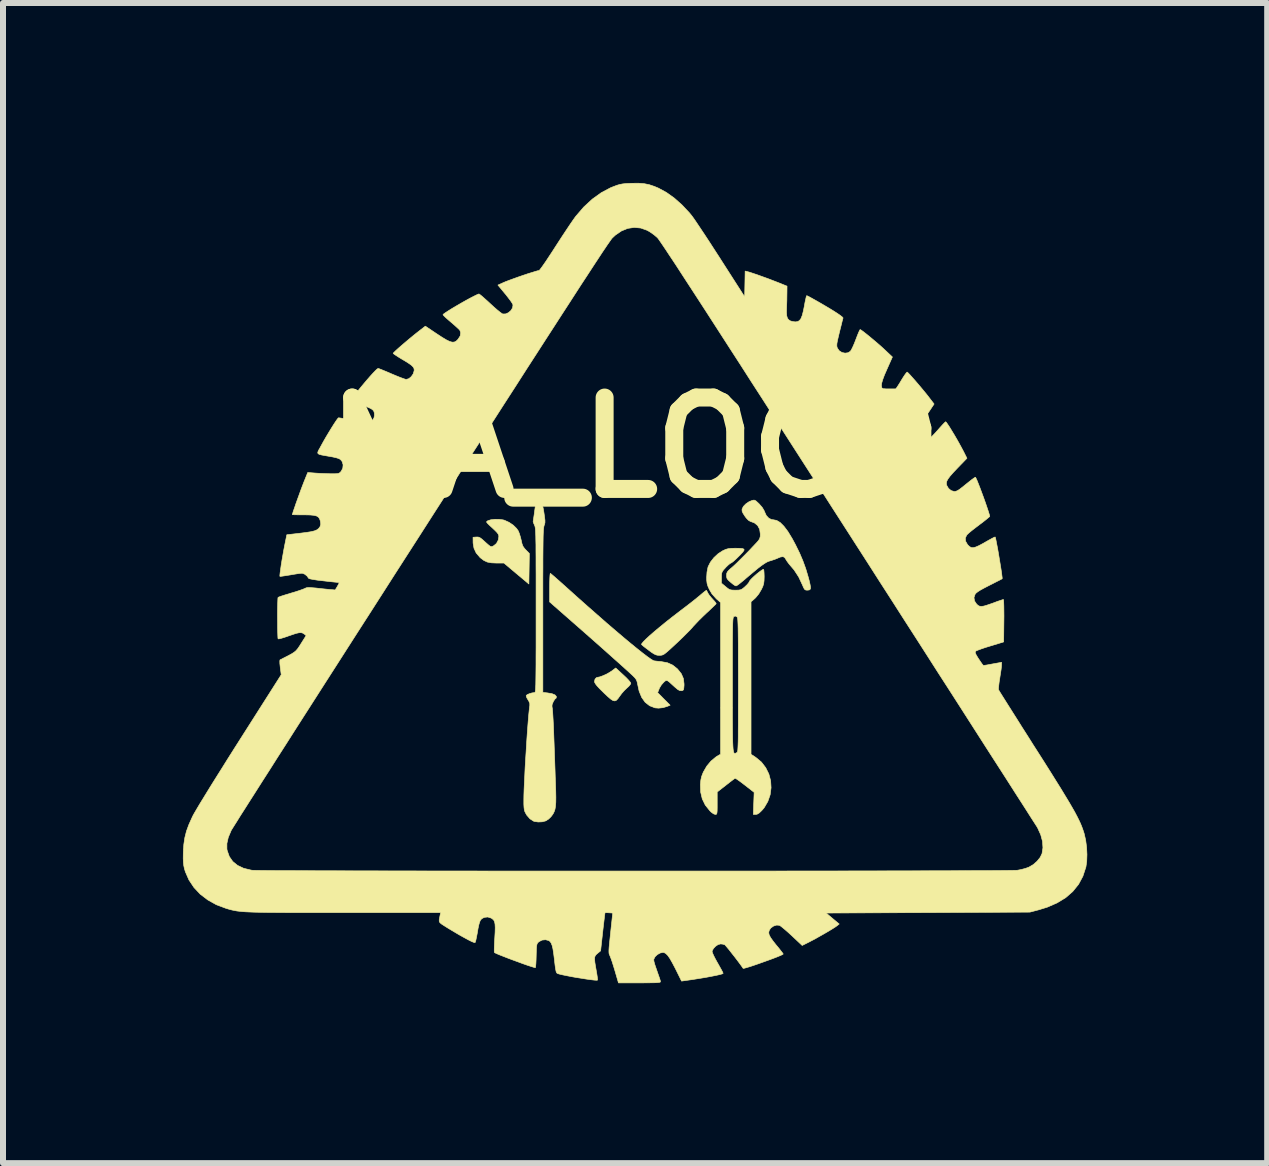
<source format=kicad_pcb>
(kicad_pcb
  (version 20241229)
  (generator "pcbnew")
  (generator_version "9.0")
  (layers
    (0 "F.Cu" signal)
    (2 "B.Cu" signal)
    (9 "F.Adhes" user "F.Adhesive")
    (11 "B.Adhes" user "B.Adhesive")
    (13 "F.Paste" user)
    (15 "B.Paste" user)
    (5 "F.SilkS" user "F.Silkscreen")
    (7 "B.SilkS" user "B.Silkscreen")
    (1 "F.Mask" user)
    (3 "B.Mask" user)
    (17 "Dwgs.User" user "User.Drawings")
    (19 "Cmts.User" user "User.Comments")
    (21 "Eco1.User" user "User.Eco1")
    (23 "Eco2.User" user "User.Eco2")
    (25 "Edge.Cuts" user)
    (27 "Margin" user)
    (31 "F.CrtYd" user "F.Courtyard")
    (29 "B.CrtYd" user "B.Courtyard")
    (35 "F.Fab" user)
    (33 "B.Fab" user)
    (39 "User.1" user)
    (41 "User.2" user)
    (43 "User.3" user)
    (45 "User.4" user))
  (footprint "MA_LOGO"
    (layer "F.Cu")
    (at 7.539 6.663)
    (property "Reference" "MA_LOGO" (at 0 -2.25 0) (layer "F.SilkS") (effects (font (size 1.524 1.524) (thickness 0.3))))
    (attr through_hole)
    (fp_poly (pts (xy -0.197 1.54) (xy -0.148 1.586) (xy -0.108 1.628) (xy -0.081 1.661) (xy -0.071 1.679) (xy -0.071 1.679) (xy -0.081 1.701) (xy -0.107 1.732) (xy -0.134 1.756) (xy -0.177 1.797) (xy -0.223 1.849) (xy -0.255 1.892) (xy -0.285 1.934) (xy -0.311 1.962) (xy -0.337 1.973) (xy -0.367 1.968) (xy -0.404 1.945) (xy -0.452 1.904) (xy -0.516 1.844) (xy -0.529 1.831) (xy -0.592 1.769) (xy -0.635 1.722) (xy -0.662 1.687) (xy -0.675 1.662) (xy -0.677 1.65) (xy -0.668 1.61) (xy -0.644 1.585) (xy -0.626 1.58) (xy -0.59 1.573) (xy -0.54 1.555) (xy -0.483 1.53) (xy -0.429 1.5) (xy -0.387 1.473) (xy -0.323 1.424) (xy -0.197 1.54)) (stroke (width 0.01) (type solid)) (fill yes) (layer "F.SilkS"))
    (fp_poly (pts (xy -2.266 -1.054) (xy -2.2 -1.045) (xy -2.179 -1.039) (xy -2.102 -1.004) (xy -2.032 -0.957) (xy -1.976 -0.902) (xy -1.947 -0.86) (xy -1.929 -0.815) (xy -1.911 -0.756) (xy -1.898 -0.703) (xy -1.885 -0.645) (xy -1.869 -0.604) (xy -1.844 -0.569) (xy -1.821 -0.544) (xy -1.763 -0.485) (xy -1.767 -0.23) (xy -1.771 0.024) (xy -1.979 -0.15) (xy -2.187 -0.325) (xy -2.308 -0.325) (xy -2.396 -0.329) (xy -2.465 -0.342) (xy -2.522 -0.369) (xy -2.576 -0.41) (xy -2.587 -0.42) (xy -2.65 -0.494) (xy -2.686 -0.572) (xy -2.701 -0.659) (xy -2.701 -0.67) (xy -2.702 -0.755) (xy -2.65 -0.759) (xy -2.617 -0.759) (xy -2.588 -0.749) (xy -2.555 -0.725) (xy -2.53 -0.703) (xy -2.477 -0.655) (xy -2.44 -0.623) (xy -2.416 -0.605) (xy -2.398 -0.599) (xy -2.383 -0.601) (xy -2.366 -0.609) (xy -2.358 -0.613) (xy -2.311 -0.652) (xy -2.281 -0.709) (xy -2.272 -0.765) (xy -2.274 -0.789) (xy -2.285 -0.812) (xy -2.307 -0.84) (xy -2.345 -0.878) (xy -2.381 -0.912) (xy -2.429 -0.956) (xy -2.459 -0.986) (xy -2.474 -1.004) (xy -2.475 -1.016) (xy -2.465 -1.025) (xy -2.456 -1.03) (xy -2.405 -1.047) (xy -2.338 -1.055) (xy -2.266 -1.054)) (stroke (width 0.01) (type solid)) (fill yes) (layer "F.SilkS"))
    (fp_poly (pts (xy 1.198 0.144) (xy 1.213 0.173) (xy 1.214 0.176) (xy 1.236 0.21) (xy 1.269 0.251) (xy 1.295 0.28) (xy 1.327 0.314) (xy 1.347 0.34) (xy 1.352 0.352) (xy 1.341 0.365) (xy 1.312 0.393) (xy 1.27 0.433) (xy 1.219 0.482) (xy 1.192 0.506) (xy 1.129 0.566) (xy 1.066 0.628) (xy 1.01 0.687) (xy 0.966 0.734) (xy 0.96 0.742) (xy 0.924 0.782) (xy 0.872 0.835) (xy 0.809 0.898) (xy 0.741 0.964) (xy 0.677 1.024) (xy 0.607 1.089) (xy 0.554 1.137) (xy 0.515 1.17) (xy 0.485 1.193) (xy 0.462 1.205) (xy 0.442 1.211) (xy 0.421 1.213) (xy 0.407 1.213) (xy 0.373 1.212) (xy 0.344 1.204) (xy 0.31 1.187) (xy 0.266 1.158) (xy 0.229 1.13) (xy 0.18 1.093) (xy 0.14 1.062) (xy 0.114 1.039) (xy 0.107 1.033) (xy 0.113 1.016) (xy 0.14 0.984) (xy 0.185 0.939) (xy 0.247 0.882) (xy 0.323 0.816) (xy 0.413 0.741) (xy 0.513 0.659) (xy 0.622 0.573) (xy 0.738 0.484) (xy 0.761 0.466) (xy 0.839 0.407) (xy 0.917 0.347) (xy 0.988 0.291) (xy 1.047 0.243) (xy 1.09 0.208) (xy 1.09 0.207) (xy 1.133 0.171) (xy 1.167 0.144) (xy 1.187 0.13) (xy 1.19 0.129) (xy 1.198 0.144)) (stroke (width 0.01) (type solid)) (fill yes) (layer "F.SilkS"))
    (fp_poly (pts (xy -1.398 -0.142) (xy -1.367 -0.116) (xy -1.32 -0.075) (xy -1.262 -0.024) (xy -1.195 0.036) (xy -1.147 0.079) (xy -0.97 0.238) (xy -0.798 0.391) (xy -0.634 0.535) (xy -0.479 0.671) (xy -0.333 0.796) (xy -0.199 0.91) (xy -0.078 1.011) (xy 0.03 1.099) (xy 0.123 1.173) (xy 0.2 1.232) (xy 0.26 1.274) (xy 0.3 1.299) (xy 0.316 1.305) (xy 0.346 1.309) (xy 0.392 1.314) (xy 0.435 1.318) (xy 0.539 1.337) (xy 0.626 1.376) (xy 0.704 1.438) (xy 0.711 1.446) (xy 0.771 1.521) (xy 0.805 1.6) (xy 0.816 1.689) (xy 0.816 1.715) (xy 0.812 1.762) (xy 0.806 1.788) (xy 0.794 1.799) (xy 0.773 1.804) (xy 0.773 1.804) (xy 0.745 1.801) (xy 0.714 1.785) (xy 0.673 1.751) (xy 0.66 1.74) (xy 0.605 1.69) (xy 0.568 1.656) (xy 0.542 1.638) (xy 0.524 1.632) (xy 0.508 1.637) (xy 0.49 1.651) (xy 0.475 1.665) (xy 0.438 1.707) (xy 0.407 1.758) (xy 0.401 1.773) (xy 0.376 1.836) (xy 0.48 1.941) (xy 0.584 2.045) (xy 0.535 2.065) (xy 0.465 2.086) (xy 0.392 2.094) (xy 0.332 2.089) (xy 0.242 2.054) (xy 0.168 1.996) (xy 0.11 1.915) (xy 0.067 1.81) (xy 0.043 1.699) (xy 0.033 1.653) (xy 0.02 1.619) (xy -0.004 1.587) (xy -0.043 1.548) (xy -0.046 1.545) (xy -0.094 1.501) (xy -0.161 1.44) (xy -0.245 1.364) (xy -0.344 1.276) (xy -0.455 1.177) (xy -0.576 1.069) (xy -0.705 0.955) (xy -0.84 0.836) (xy -0.979 0.714) (xy -1.027 0.672) (xy -1.425 0.323) (xy -1.425 0.083) (xy -1.424 -0.004) (xy -1.422 -0.074) (xy -1.419 -0.124) (xy -1.415 -0.15) (xy -1.412 -0.153) (xy -1.398 -0.142)) (stroke (width 0.01) (type solid)) (fill yes) (layer "F.SilkS"))
    (fp_poly (pts (xy 1.993 -1.373) (xy 2.015 -1.361) (xy 2.045 -1.334) (xy 2.069 -1.311) (xy 2.121 -1.251) (xy 2.153 -1.196) (xy 2.158 -1.182) (xy 2.187 -1.118) (xy 2.229 -1.073) (xy 2.278 -1.049) (xy 2.304 -1.047) (xy 2.36 -1.036) (xy 2.419 -1.001) (xy 2.481 -0.939) (xy 2.547 -0.852) (xy 2.617 -0.737) (xy 2.671 -0.637) (xy 2.742 -0.493) (xy 2.798 -0.361) (xy 2.845 -0.232) (xy 2.886 -0.094) (xy 2.901 -0.039) (xy 2.917 0.031) (xy 2.925 0.077) (xy 2.923 0.106) (xy 2.91 0.121) (xy 2.885 0.126) (xy 2.863 0.127) (xy 2.84 0.123) (xy 2.823 0.109) (xy 2.806 0.077) (xy 2.793 0.046) (xy 2.728 -0.093) (xy 2.651 -0.211) (xy 2.604 -0.266) (xy 2.566 -0.311) (xy 2.535 -0.353) (xy 2.516 -0.383) (xy 2.515 -0.385) (xy 2.493 -0.419) (xy 2.465 -0.432) (xy 2.424 -0.426) (xy 2.387 -0.411) (xy 2.332 -0.388) (xy 2.269 -0.367) (xy 2.248 -0.361) (xy 2.22 -0.352) (xy 2.189 -0.337) (xy 2.152 -0.314) (xy 2.107 -0.283) (xy 2.051 -0.24) (xy 1.982 -0.183) (xy 1.897 -0.112) (xy 1.794 -0.024) (xy 1.792 -0.023) (xy 1.748 0.013) (xy 1.711 0.041) (xy 1.686 0.055) (xy 1.682 0.056) (xy 1.662 0.048) (xy 1.629 0.025) (xy 1.594 -0.004) (xy 1.555 -0.039) (xy 1.534 -0.065) (xy 1.526 -0.092) (xy 1.525 -0.12) (xy 1.527 -0.15) (xy 1.537 -0.175) (xy 1.558 -0.201) (xy 1.595 -0.235) (xy 1.61 -0.247) (xy 1.647 -0.28) (xy 1.699 -0.329) (xy 1.76 -0.39) (xy 1.828 -0.458) (xy 1.896 -0.527) (xy 1.96 -0.595) (xy 2.017 -0.655) (xy 2.054 -0.696) (xy 2.076 -0.729) (xy 2.087 -0.769) (xy 2.088 -0.809) (xy 2.077 -0.888) (xy 2.044 -0.95) (xy 1.989 -0.995) (xy 1.919 -1.021) (xy 1.889 -1.039) (xy 1.853 -1.077) (xy 1.83 -1.108) (xy 1.8 -1.155) (xy 1.785 -1.188) (xy 1.783 -1.216) (xy 1.785 -1.228) (xy 1.806 -1.27) (xy 1.847 -1.312) (xy 1.9 -1.348) (xy 1.944 -1.366) (xy 1.972 -1.374) (xy 1.993 -1.373)) (stroke (width 0.01) (type solid)) (fill yes) (layer "F.SilkS"))
    (fp_poly (pts (xy -1.558 -1.283) (xy -1.545 -1.274) (xy -1.536 -1.255) (xy -1.529 -1.221) (xy -1.52 -1.167) (xy -1.51 -1.097) (xy -1.503 -1.039) (xy -1.503 -0.998) (xy -1.512 -0.962) (xy -1.517 -0.951) (xy -1.52 -0.94) (xy -1.523 -0.923) (xy -1.526 -0.898) (xy -1.529 -0.865) (xy -1.531 -0.822) (xy -1.533 -0.766) (xy -1.534 -0.696) (xy -1.535 -0.611) (xy -1.536 -0.509) (xy -1.537 -0.387) (xy -1.537 -0.246) (xy -1.538 -0.082) (xy -1.538 0.106) (xy -1.538 0.32) (xy -1.538 0.465) (xy -1.538 1.831) (xy -1.461 1.84) (xy -1.385 1.853) (xy -1.336 1.873) (xy -1.314 1.898) (xy -1.312 1.907) (xy -1.318 1.929) (xy -1.325 1.933) (xy -1.338 1.945) (xy -1.357 1.974) (xy -1.366 1.991) (xy -1.385 2.039) (xy -1.385 2.074) (xy -1.383 2.082) (xy -1.379 2.104) (xy -1.375 2.15) (xy -1.371 2.217) (xy -1.366 2.301) (xy -1.361 2.399) (xy -1.357 2.507) (xy -1.355 2.564) (xy -1.35 2.695) (xy -1.345 2.837) (xy -1.34 2.982) (xy -1.335 3.121) (xy -1.331 3.248) (xy -1.327 3.352) (xy -1.323 3.479) (xy -1.321 3.581) (xy -1.322 3.662) (xy -1.327 3.727) (xy -1.335 3.778) (xy -1.349 3.82) (xy -1.367 3.856) (xy -1.391 3.89) (xy -1.406 3.908) (xy -1.442 3.943) (xy -1.483 3.97) (xy -1.491 3.974) (xy -1.549 3.989) (xy -1.616 3.992) (xy -1.678 3.983) (xy -1.693 3.978) (xy -1.753 3.939) (xy -1.807 3.877) (xy -1.825 3.845) (xy -1.839 3.817) (xy -1.847 3.787) (xy -1.852 3.749) (xy -1.855 3.695) (xy -1.855 3.62) (xy -1.855 3.619) (xy -1.854 3.547) (xy -1.851 3.455) (xy -1.846 3.346) (xy -1.84 3.224) (xy -1.834 3.093) (xy -1.826 2.956) (xy -1.817 2.817) (xy -1.809 2.679) (xy -1.8 2.546) (xy -1.791 2.421) (xy -1.782 2.308) (xy -1.774 2.211) (xy -1.766 2.132) (xy -1.76 2.076) (xy -1.756 2.053) (xy -1.756 2.015) (xy -1.773 1.975) (xy -1.785 1.956) (xy -1.806 1.92) (xy -1.815 1.891) (xy -1.815 1.883) (xy -1.797 1.868) (xy -1.762 1.853) (xy -1.719 1.84) (xy -1.679 1.835) (xy -1.676 1.835) (xy -1.672 1.833) (xy -1.668 1.829) (xy -1.665 1.819) (xy -1.662 1.803) (xy -1.66 1.779) (xy -1.658 1.744) (xy -1.656 1.698) (xy -1.655 1.639) (xy -1.654 1.565) (xy -1.653 1.474) (xy -1.652 1.365) (xy -1.652 1.236) (xy -1.651 1.086) (xy -1.651 0.913) (xy -1.651 0.715) (xy -1.651 0.49) (xy -1.651 0.465) (xy -1.651 0.238) (xy -1.651 0.037) (xy -1.651 -0.139) (xy -1.652 -0.293) (xy -1.652 -0.424) (xy -1.653 -0.536) (xy -1.653 -0.63) (xy -1.655 -0.708) (xy -1.656 -0.772) (xy -1.658 -0.822) (xy -1.66 -0.862) (xy -1.662 -0.892) (xy -1.665 -0.915) (xy -1.668 -0.932) (xy -1.672 -0.944) (xy -1.676 -0.954) (xy -1.677 -0.957) (xy -1.693 -0.993) (xy -1.7 -1.019) (xy -1.699 -1.023) (xy -1.696 -1.043) (xy -1.69 -1.083) (xy -1.682 -1.137) (xy -1.679 -1.161) (xy -1.662 -1.284) (xy -1.601 -1.284) (xy -1.575 -1.284) (xy -1.558 -1.283)) (stroke (width 0.01) (type solid)) (fill yes) (layer "F.SilkS"))
    (fp_poly (pts (xy 1.742 -0.571) (xy 1.791 -0.567) (xy 1.816 -0.556) (xy 1.816 -0.537) (xy 1.793 -0.505) (xy 1.749 -0.458) (xy 1.728 -0.437) (xy 1.682 -0.392) (xy 1.641 -0.355) (xy 1.611 -0.332) (xy 1.598 -0.325) (xy 1.579 -0.315) (xy 1.549 -0.289) (xy 1.512 -0.253) (xy 1.51 -0.25) (xy 1.474 -0.211) (xy 1.453 -0.181) (xy 1.443 -0.152) (xy 1.44 -0.113) (xy 1.44 -0.083) (xy 1.439 0.01) (xy 1.509 0.068) (xy 1.548 0.1) (xy 1.579 0.118) (xy 1.613 0.125) (xy 1.661 0.127) (xy 1.673 0.127) (xy 1.725 0.126) (xy 1.76 0.12) (xy 1.789 0.105) (xy 1.824 0.077) (xy 1.832 0.069) (xy 1.869 0.034) (xy 1.896 0.001) (xy 1.905 -0.018) (xy 1.918 -0.038) (xy 1.947 -0.069) (xy 1.985 -0.105) (xy 2.028 -0.143) (xy 2.071 -0.177) (xy 2.108 -0.204) (xy 2.133 -0.219) (xy 2.142 -0.219) (xy 2.147 -0.201) (xy 2.15 -0.163) (xy 2.152 -0.11) (xy 2.152 -0.093) (xy 2.15 -0.03) (xy 2.144 0.017) (xy 2.131 0.061) (xy 2.107 0.113) (xy 2.105 0.116) (xy 2.062 0.189) (xy 2.012 0.25) (xy 1.996 0.266) (xy 1.933 0.321) (xy 1.933 2.863) (xy 2.012 2.915) (xy 2.106 2.993) (xy 2.178 3.087) (xy 2.23 3.192) (xy 2.26 3.305) (xy 2.267 3.421) (xy 2.252 3.538) (xy 2.213 3.65) (xy 2.152 3.754) (xy 2.112 3.801) (xy 2.069 3.842) (xy 2.035 3.862) (xy 2.012 3.866) (xy 1.972 3.866) (xy 1.978 3.682) (xy 1.985 3.498) (xy 1.831 3.378) (xy 1.775 3.335) (xy 1.726 3.299) (xy 1.689 3.274) (xy 1.669 3.263) (xy 1.667 3.262) (xy 1.653 3.272) (xy 1.621 3.296) (xy 1.575 3.331) (xy 1.522 3.373) (xy 1.513 3.38) (xy 1.369 3.492) (xy 1.369 3.679) (xy 1.369 3.755) (xy 1.368 3.807) (xy 1.365 3.839) (xy 1.36 3.857) (xy 1.352 3.865) (xy 1.34 3.866) (xy 1.336 3.866) (xy 1.306 3.855) (xy 1.266 3.825) (xy 1.247 3.806) (xy 1.17 3.71) (xy 1.12 3.607) (xy 1.093 3.493) (xy 1.089 3.366) (xy 1.096 3.292) (xy 1.11 3.231) (xy 1.134 3.169) (xy 1.139 3.158) (xy 1.195 3.061) (xy 1.265 2.977) (xy 1.344 2.911) (xy 1.364 2.897) (xy 1.425 2.862) (xy 1.425 1.908) (xy 1.623 1.908) (xy 1.623 2.09) (xy 1.623 2.249) (xy 1.624 2.384) (xy 1.625 2.498) (xy 1.626 2.592) (xy 1.628 2.668) (xy 1.631 2.729) (xy 1.634 2.774) (xy 1.639 2.808) (xy 1.644 2.83) (xy 1.651 2.843) (xy 1.659 2.848) (xy 1.669 2.848) (xy 1.679 2.844) (xy 1.692 2.837) (xy 1.694 2.836) (xy 1.699 2.833) (xy 1.704 2.827) (xy 1.707 2.817) (xy 1.711 2.802) (xy 1.713 2.779) (xy 1.715 2.746) (xy 1.717 2.701) (xy 1.719 2.643) (xy 1.72 2.57) (xy 1.72 2.48) (xy 1.721 2.371) (xy 1.721 2.241) (xy 1.721 2.089) (xy 1.722 1.912) (xy 1.722 1.709) (xy 1.722 1.708) (xy 1.722 1.503) (xy 1.721 1.324) (xy 1.721 1.17) (xy 1.721 1.038) (xy 1.72 0.928) (xy 1.719 0.836) (xy 1.718 0.762) (xy 1.716 0.703) (xy 1.714 0.658) (xy 1.712 0.624) (xy 1.709 0.6) (xy 1.706 0.585) (xy 1.702 0.576) (xy 1.699 0.573) (xy 1.674 0.558) (xy 1.65 0.565) (xy 1.645 0.568) (xy 1.641 0.574) (xy 1.637 0.583) (xy 1.634 0.599) (xy 1.631 0.622) (xy 1.629 0.655) (xy 1.627 0.7) (xy 1.626 0.758) (xy 1.625 0.831) (xy 1.624 0.921) (xy 1.623 1.03) (xy 1.623 1.159) (xy 1.623 1.312) (xy 1.623 1.489) (xy 1.623 1.692) (xy 1.623 1.698) (xy 1.623 1.908) (xy 1.425 1.908) (xy 1.425 1.597) (xy 1.425 0.332) (xy 1.356 0.272) (xy 1.283 0.191) (xy 1.239 0.117) (xy 1.214 0.061) (xy 1.2 0.014) (xy 1.194 -0.037) (xy 1.193 -0.084) (xy 1.199 -0.175) (xy 1.215 -0.255) (xy 1.218 -0.265) (xy 1.256 -0.34) (xy 1.314 -0.415) (xy 1.385 -0.481) (xy 1.462 -0.531) (xy 1.465 -0.532) (xy 1.511 -0.553) (xy 1.553 -0.565) (xy 1.601 -0.57) (xy 1.665 -0.572) (xy 1.742 -0.571)) (stroke (width 0.01) (type solid)) (fill yes) (layer "F.SilkS"))
    (fp_poly (pts (xy 0.15 -6.651) (xy 0.235 -6.634) (xy 0.321 -6.605) (xy 0.39 -6.576) (xy 0.521 -6.505) (xy 0.654 -6.41) (xy 0.783 -6.295) (xy 0.906 -6.164) (xy 0.944 -6.117) (xy 0.967 -6.086) (xy 1.004 -6.033) (xy 1.051 -5.963) (xy 1.109 -5.876) (xy 1.175 -5.777) (xy 1.247 -5.667) (xy 1.323 -5.549) (xy 1.403 -5.426) (xy 1.425 -5.391) (xy 1.827 -4.764) (xy 1.835 -5.193) (xy 1.874 -5.184) (xy 1.913 -5.173) (xy 1.973 -5.153) (xy 2.047 -5.128) (xy 2.13 -5.098) (xy 2.216 -5.067) (xy 2.299 -5.035) (xy 2.374 -5.006) (xy 2.385 -5.002) (xy 2.533 -4.942) (xy 2.532 -4.838) (xy 2.531 -4.777) (xy 2.53 -4.7) (xy 2.527 -4.62) (xy 2.526 -4.586) (xy 2.524 -4.506) (xy 2.528 -4.449) (xy 2.539 -4.41) (xy 2.558 -4.383) (xy 2.587 -4.364) (xy 2.593 -4.361) (xy 2.631 -4.351) (xy 2.673 -4.346) (xy 2.711 -4.351) (xy 2.741 -4.369) (xy 2.766 -4.402) (xy 2.787 -4.455) (xy 2.806 -4.53) (xy 2.821 -4.605) (xy 2.833 -4.672) (xy 2.845 -4.727) (xy 2.854 -4.766) (xy 2.861 -4.783) (xy 2.861 -4.784) (xy 2.878 -4.777) (xy 2.915 -4.758) (xy 2.967 -4.729) (xy 3.031 -4.693) (xy 3.101 -4.653) (xy 3.174 -4.61) (xy 3.245 -4.568) (xy 3.31 -4.528) (xy 3.313 -4.526) (xy 3.372 -4.488) (xy 3.42 -4.455) (xy 3.453 -4.429) (xy 3.467 -4.413) (xy 3.467 -4.411) (xy 3.462 -4.393) (xy 3.451 -4.352) (xy 3.437 -4.294) (xy 3.419 -4.223) (xy 3.407 -4.175) (xy 3.387 -4.091) (xy 3.373 -4.03) (xy 3.365 -3.986) (xy 3.363 -3.955) (xy 3.365 -3.933) (xy 3.371 -3.913) (xy 3.372 -3.91) (xy 3.403 -3.865) (xy 3.449 -3.836) (xy 3.501 -3.825) (xy 3.552 -3.832) (xy 3.589 -3.856) (xy 3.606 -3.881) (xy 3.629 -3.927) (xy 3.655 -3.986) (xy 3.681 -4.053) (xy 3.681 -4.053) (xy 3.705 -4.116) (xy 3.726 -4.168) (xy 3.743 -4.204) (xy 3.752 -4.219) (xy 3.752 -4.219) (xy 3.768 -4.21) (xy 3.802 -4.186) (xy 3.848 -4.15) (xy 3.904 -4.105) (xy 3.965 -4.054) (xy 4.028 -4.001) (xy 4.088 -3.949) (xy 4.141 -3.901) (xy 4.173 -3.871) (xy 4.29 -3.761) (xy 4.199 -3.556) (xy 4.157 -3.46) (xy 4.129 -3.385) (xy 4.112 -3.327) (xy 4.107 -3.283) (xy 4.114 -3.249) (xy 4.13 -3.221) (xy 4.14 -3.211) (xy 4.183 -3.182) (xy 4.235 -3.166) (xy 4.284 -3.167) (xy 4.302 -3.174) (xy 4.32 -3.192) (xy 4.348 -3.229) (xy 4.383 -3.281) (xy 4.421 -3.341) (xy 4.427 -3.352) (xy 4.463 -3.411) (xy 4.495 -3.46) (xy 4.52 -3.494) (xy 4.535 -3.509) (xy 4.536 -3.509) (xy 4.551 -3.497) (xy 4.581 -3.466) (xy 4.621 -3.421) (xy 4.67 -3.366) (xy 4.723 -3.304) (xy 4.777 -3.24) (xy 4.829 -3.177) (xy 4.876 -3.119) (xy 4.902 -3.085) (xy 4.985 -2.977) (xy 4.856 -2.783) (xy 4.8 -2.696) (xy 4.759 -2.628) (xy 4.733 -2.576) (xy 4.719 -2.535) (xy 4.717 -2.502) (xy 4.726 -2.475) (xy 4.733 -2.462) (xy 4.77 -2.425) (xy 4.818 -2.398) (xy 4.867 -2.388) (xy 4.887 -2.39) (xy 4.913 -2.405) (xy 4.952 -2.44) (xy 5.002 -2.492) (xy 5.045 -2.54) (xy 5.091 -2.592) (xy 5.131 -2.636) (xy 5.161 -2.667) (xy 5.178 -2.681) (xy 5.179 -2.681) (xy 5.191 -2.669) (xy 5.213 -2.637) (xy 5.245 -2.589) (xy 5.282 -2.528) (xy 5.324 -2.459) (xy 5.366 -2.387) (xy 5.407 -2.314) (xy 5.444 -2.246) (xy 5.475 -2.188) (xy 5.533 -2.072) (xy 5.376 -1.91) (xy 5.305 -1.835) (xy 5.253 -1.776) (xy 5.218 -1.729) (xy 5.197 -1.691) (xy 5.19 -1.659) (xy 5.193 -1.63) (xy 5.195 -1.622) (xy 5.225 -1.57) (xy 5.27 -1.533) (xy 5.321 -1.518) (xy 5.325 -1.518) (xy 5.349 -1.522) (xy 5.377 -1.533) (xy 5.412 -1.556) (xy 5.46 -1.593) (xy 5.518 -1.64) (xy 5.573 -1.684) (xy 5.619 -1.72) (xy 5.654 -1.745) (xy 5.673 -1.756) (xy 5.675 -1.756) (xy 5.684 -1.74) (xy 5.702 -1.701) (xy 5.724 -1.646) (xy 5.751 -1.577) (xy 5.78 -1.499) (xy 5.81 -1.418) (xy 5.839 -1.337) (xy 5.865 -1.261) (xy 5.887 -1.195) (xy 5.903 -1.144) (xy 5.912 -1.111) (xy 5.913 -1.103) (xy 5.902 -1.092) (xy 5.872 -1.067) (xy 5.828 -1.031) (xy 5.772 -0.988) (xy 5.736 -0.961) (xy 5.673 -0.913) (xy 5.615 -0.868) (xy 5.569 -0.83) (xy 5.539 -0.802) (xy 5.531 -0.794) (xy 5.506 -0.743) (xy 5.51 -0.69) (xy 5.541 -0.636) (xy 5.547 -0.628) (xy 5.576 -0.6) (xy 5.604 -0.584) (xy 5.637 -0.581) (xy 5.679 -0.592) (xy 5.734 -0.616) (xy 5.807 -0.655) (xy 5.836 -0.672) (xy 5.896 -0.706) (xy 5.947 -0.734) (xy 5.984 -0.753) (xy 6.002 -0.76) (xy 6.003 -0.76) (xy 6.009 -0.743) (xy 6.018 -0.703) (xy 6.029 -0.645) (xy 6.043 -0.573) (xy 6.057 -0.493) (xy 6.071 -0.408) (xy 6.085 -0.323) (xy 6.098 -0.243) (xy 6.109 -0.172) (xy 6.116 -0.115) (xy 6.121 -0.077) (xy 6.12 -0.063) (xy 6.107 -0.056) (xy 6.073 -0.038) (xy 6.023 -0.013) (xy 5.959 0.02) (xy 5.905 0.047) (xy 5.82 0.091) (xy 5.758 0.125) (xy 5.714 0.153) (xy 5.685 0.176) (xy 5.668 0.197) (xy 5.668 0.197) (xy 5.65 0.252) (xy 5.66 0.308) (xy 5.694 0.359) (xy 5.718 0.381) (xy 5.743 0.394) (xy 5.774 0.398) (xy 5.816 0.392) (xy 5.872 0.375) (xy 5.949 0.349) (xy 5.979 0.338) (xy 6.04 0.315) (xy 6.091 0.298) (xy 6.127 0.286) (xy 6.141 0.282) (xy 6.144 0.296) (xy 6.146 0.334) (xy 6.148 0.393) (xy 6.149 0.469) (xy 6.15 0.558) (xy 6.149 0.636) (xy 6.145 0.99) (xy 5.922 1.058) (xy 5.846 1.081) (xy 5.778 1.104) (xy 5.724 1.124) (xy 5.689 1.138) (xy 5.679 1.145) (xy 5.671 1.157) (xy 5.673 1.175) (xy 5.686 1.204) (xy 5.712 1.248) (xy 5.729 1.274) (xy 5.761 1.322) (xy 5.787 1.359) (xy 5.805 1.38) (xy 5.81 1.383) (xy 5.827 1.38) (xy 5.867 1.374) (xy 5.921 1.364) (xy 5.965 1.356) (xy 6.11 1.33) (xy 6.11 1.372) (xy 6.108 1.403) (xy 6.102 1.454) (xy 6.092 1.518) (xy 6.081 1.589) (xy 6.081 1.591) (xy 6.07 1.659) (xy 6.063 1.718) (xy 6.059 1.763) (xy 6.059 1.786) (xy 6.059 1.786) (xy 6.068 1.801) (xy 6.09 1.838) (xy 6.126 1.895) (xy 6.173 1.97) (xy 6.231 2.062) (xy 6.298 2.168) (xy 6.374 2.288) (xy 6.456 2.419) (xy 6.545 2.558) (xy 6.638 2.706) (xy 6.683 2.776) (xy 6.808 2.972) (xy 6.918 3.146) (xy 7.014 3.3) (xy 7.099 3.436) (xy 7.171 3.555) (xy 7.234 3.659) (xy 7.287 3.75) (xy 7.332 3.829) (xy 7.369 3.899) (xy 7.4 3.961) (xy 7.426 4.017) (xy 7.447 4.068) (xy 7.465 4.117) (xy 7.481 4.165) (xy 7.487 4.184) (xy 7.512 4.293) (xy 7.528 4.413) (xy 7.534 4.535) (xy 7.53 4.649) (xy 7.516 4.746) (xy 7.515 4.747) (xy 7.466 4.897) (xy 7.394 5.031) (xy 7.298 5.15) (xy 7.179 5.254) (xy 7.036 5.341) (xy 6.871 5.413) (xy 6.728 5.457) (xy 6.583 5.495) (xy 4.884 5.503) (xy 3.185 5.51) (xy 3.294 5.602) (xy 3.403 5.693) (xy 3.37 5.72) (xy 3.338 5.743) (xy 3.286 5.776) (xy 3.22 5.816) (xy 3.146 5.859) (xy 3.068 5.903) (xy 2.994 5.945) (xy 2.926 5.98) (xy 2.91 5.989) (xy 2.786 6.051) (xy 2.615 5.89) (xy 2.555 5.835) (xy 2.5 5.787) (xy 2.453 5.748) (xy 2.42 5.723) (xy 2.407 5.715) (xy 2.36 5.711) (xy 2.309 5.727) (xy 2.265 5.758) (xy 2.253 5.773) (xy 2.234 5.806) (xy 2.228 5.839) (xy 2.236 5.876) (xy 2.26 5.921) (xy 2.301 5.978) (xy 2.349 6.039) (xy 2.394 6.093) (xy 2.431 6.14) (xy 2.457 6.174) (xy 2.469 6.192) (xy 2.469 6.194) (xy 2.457 6.203) (xy 2.422 6.219) (xy 2.369 6.241) (xy 2.302 6.267) (xy 2.226 6.295) (xy 2.145 6.324) (xy 2.064 6.353) (xy 1.986 6.38) (xy 1.917 6.403) (xy 1.86 6.42) (xy 1.82 6.431) (xy 1.802 6.433) (xy 1.801 6.432) (xy 1.777 6.397) (xy 1.742 6.349) (xy 1.7 6.293) (xy 1.654 6.233) (xy 1.608 6.175) (xy 1.566 6.121) (xy 1.53 6.078) (xy 1.505 6.049) (xy 1.495 6.039) (xy 1.462 6.029) (xy 1.425 6.025) (xy 1.384 6.036) (xy 1.342 6.064) (xy 1.307 6.101) (xy 1.286 6.139) (xy 1.284 6.153) (xy 1.291 6.177) (xy 1.31 6.22) (xy 1.338 6.275) (xy 1.372 6.337) (xy 1.376 6.343) (xy 1.41 6.404) (xy 1.439 6.456) (xy 1.459 6.494) (xy 1.467 6.514) (xy 1.468 6.515) (xy 1.454 6.524) (xy 1.416 6.535) (xy 1.355 6.549) (xy 1.275 6.565) (xy 1.179 6.583) (xy 1.07 6.601) (xy 0.95 6.62) (xy 0.823 6.638) (xy 0.822 6.638) (xy 0.775 6.645) (xy 0.671 6.435) (xy 0.621 6.34) (xy 0.58 6.268) (xy 0.545 6.218) (xy 0.513 6.186) (xy 0.484 6.17) (xy 0.463 6.167) (xy 0.417 6.177) (xy 0.371 6.203) (xy 0.333 6.239) (xy 0.313 6.278) (xy 0.311 6.292) (xy 0.315 6.32) (xy 0.328 6.367) (xy 0.348 6.426) (xy 0.367 6.481) (xy 0.389 6.544) (xy 0.408 6.598) (xy 0.42 6.637) (xy 0.423 6.654) (xy 0.42 6.661) (xy 0.406 6.666) (xy 0.38 6.669) (xy 0.338 6.672) (xy 0.278 6.673) (xy 0.196 6.674) (xy 0.089 6.675) (xy 0.073 6.675) (xy -0.277 6.675) (xy -0.338 6.466) (xy -0.361 6.391) (xy -0.383 6.321) (xy -0.403 6.265) (xy -0.418 6.226) (xy -0.422 6.217) (xy -0.429 6.202) (xy -0.434 6.185) (xy -0.436 6.162) (xy -0.436 6.128) (xy -0.433 6.081) (xy -0.427 6.017) (xy -0.418 5.931) (xy -0.409 5.843) (xy -0.373 5.51) (xy -0.435 5.506) (xy -0.473 5.504) (xy -0.498 5.505) (xy -0.501 5.506) (xy -0.504 5.521) (xy -0.509 5.559) (xy -0.516 5.618) (xy -0.525 5.693) (xy -0.535 5.779) (xy -0.54 5.825) (xy -0.575 6.141) (xy -0.626 6.183) (xy -0.649 6.203) (xy -0.665 6.224) (xy -0.674 6.248) (xy -0.675 6.283) (xy -0.671 6.331) (xy -0.66 6.399) (xy -0.649 6.462) (xy -0.638 6.526) (xy -0.63 6.579) (xy -0.626 6.615) (xy -0.627 6.629) (xy -0.644 6.631) (xy -0.685 6.628) (xy -0.743 6.621) (xy -0.815 6.611) (xy -0.895 6.598) (xy -0.98 6.585) (xy -1.063 6.57) (xy -1.14 6.555) (xy -1.208 6.541) (xy -1.259 6.529) (xy -1.289 6.52) (xy -1.301 6.514) (xy -1.31 6.502) (xy -1.318 6.481) (xy -1.325 6.445) (xy -1.333 6.392) (xy -1.342 6.316) (xy -1.345 6.286) (xy -1.358 6.184) (xy -1.37 6.106) (xy -1.384 6.049) (xy -1.4 6.01) (xy -1.419 5.984) (xy -1.439 5.969) (xy -1.493 5.955) (xy -1.551 5.961) (xy -1.602 5.987) (xy -1.604 5.989) (xy -1.62 6.003) (xy -1.631 6.018) (xy -1.638 6.038) (xy -1.643 6.068) (xy -1.646 6.115) (xy -1.648 6.182) (xy -1.649 6.222) (xy -1.651 6.293) (xy -1.654 6.353) (xy -1.658 6.397) (xy -1.662 6.419) (xy -1.663 6.421) (xy -1.686 6.416) (xy -1.731 6.402) (xy -1.793 6.382) (xy -1.867 6.356) (xy -1.948 6.326) (xy -2.033 6.295) (xy -2.116 6.264) (xy -2.193 6.234) (xy -2.259 6.208) (xy -2.309 6.187) (xy -2.34 6.172) (xy -2.345 6.168) (xy -2.348 6.152) (xy -2.348 6.112) (xy -2.346 6.054) (xy -2.343 5.983) (xy -2.34 5.931) (xy -2.334 5.83) (xy -2.332 5.753) (xy -2.335 5.697) (xy -2.343 5.656) (xy -2.358 5.627) (xy -2.38 5.607) (xy -2.4 5.594) (xy -2.456 5.576) (xy -2.511 5.582) (xy -2.54 5.595) (xy -2.561 5.609) (xy -2.578 5.629) (xy -2.592 5.66) (xy -2.605 5.705) (xy -2.619 5.771) (xy -2.632 5.849) (xy -2.644 5.91) (xy -2.654 5.96) (xy -2.664 5.993) (xy -2.668 6.003) (xy -2.685 6.001) (xy -2.723 5.986) (xy -2.779 5.958) (xy -2.851 5.919) (xy -2.937 5.871) (xy -3.033 5.814) (xy -3.123 5.76) (xy -3.185 5.721) (xy -3.228 5.693) (xy -3.254 5.671) (xy -3.265 5.649) (xy -3.266 5.623) (xy -3.259 5.586) (xy -3.251 5.546) (xy -3.242 5.503) (xy -4.858 5.503) (xy -5.114 5.503) (xy -5.343 5.503) (xy -5.548 5.503) (xy -5.729 5.503) (xy -5.889 5.502) (xy -6.03 5.501) (xy -6.152 5.5) (xy -6.257 5.498) (xy -6.348 5.496) (xy -6.426 5.493) (xy -6.492 5.49) (xy -6.549 5.486) (xy -6.597 5.481) (xy -6.639 5.476) (xy -6.677 5.469) (xy -6.711 5.462) (xy -6.744 5.454) (xy -6.777 5.445) (xy -6.813 5.434) (xy -6.823 5.431) (xy -6.981 5.372) (xy -7.124 5.292) (xy -7.25 5.196) (xy -7.355 5.084) (xy -7.439 4.958) (xy -7.499 4.821) (xy -7.514 4.77) (xy -7.525 4.72) (xy -7.531 4.667) (xy -7.534 4.603) (xy -7.533 4.52) (xy -7.532 4.487) (xy -7.524 4.363) (xy -7.522 4.351) (xy -6.806 4.351) (xy -6.806 4.444) (xy -6.801 4.468) (xy -6.766 4.568) (xy -6.708 4.651) (xy -6.628 4.716) (xy -6.527 4.764) (xy -6.404 4.794) (xy -6.385 4.797) (xy -6.363 4.798) (xy -6.315 4.799) (xy -6.24 4.8) (xy -6.14 4.801) (xy -6.016 4.802) (xy -5.87 4.803) (xy -5.702 4.803) (xy -5.513 4.804) (xy -5.305 4.805) (xy -5.079 4.805) (xy -4.836 4.806) (xy -4.576 4.807) (xy -4.302 4.807) (xy -4.013 4.808) (xy -3.712 4.808) (xy -3.399 4.809) (xy -3.075 4.809) (xy -2.742 4.809) (xy -2.401 4.81) (xy -2.052 4.81) (xy -1.697 4.81) (xy -1.337 4.81) (xy -0.973 4.81) (xy -0.606 4.81) (xy -0.238 4.81) (xy 0.132 4.81) (xy 0.501 4.81) (xy 0.868 4.81) (xy 1.233 4.81) (xy 1.594 4.81) (xy 1.95 4.81) (xy 2.301 4.81) (xy 2.644 4.809) (xy 2.98 4.809) (xy 3.306 4.809) (xy 3.621 4.808) (xy 3.926 4.808) (xy 4.218 4.807) (xy 4.496 4.807) (xy 4.759 4.806) (xy 5.007 4.805) (xy 5.238 4.805) (xy 5.45 4.804) (xy 5.644 4.803) (xy 5.817 4.803) (xy 5.969 4.802) (xy 6.099 4.801) (xy 6.205 4.8) (xy 6.286 4.799) (xy 6.342 4.798) (xy 6.371 4.797) (xy 6.374 4.797) (xy 6.441 4.784) (xy 6.511 4.765) (xy 6.566 4.745) (xy 6.638 4.703) (xy 6.702 4.647) (xy 6.754 4.583) (xy 6.785 4.519) (xy 6.8 4.422) (xy 6.793 4.315) (xy 6.763 4.204) (xy 6.713 4.094) (xy 6.7 4.071) (xy 6.689 4.054) (xy 6.664 4.015) (xy 6.624 3.953) (xy 6.571 3.87) (xy 6.505 3.766) (xy 6.426 3.643) (xy 6.334 3.5) (xy 6.232 3.34) (xy 6.118 3.162) (xy 5.993 2.968) (xy 5.858 2.758) (xy 5.714 2.533) (xy 5.561 2.294) (xy 5.399 2.041) (xy 5.229 1.776) (xy 5.051 1.5) (xy 4.867 1.212) (xy 4.676 0.914) (xy 4.479 0.608) (xy 4.277 0.292) (xy 4.069 -0.031) (xy 3.858 -0.361) (xy 3.642 -0.697) (xy 3.551 -0.839) (xy 3.277 -1.265) (xy 3.019 -1.668) (xy 2.775 -2.047) (xy 2.545 -2.405) (xy 2.329 -2.741) (xy 2.127 -3.056) (xy 1.937 -3.35) (xy 1.761 -3.625) (xy 1.596 -3.88) (xy 1.444 -4.116) (xy 1.304 -4.333) (xy 1.175 -4.533) (xy 1.057 -4.715) (xy 0.949 -4.881) (xy 0.852 -5.03) (xy 0.765 -5.164) (xy 0.688 -5.283) (xy 0.62 -5.386) (xy 0.56 -5.476) (xy 0.51 -5.552) (xy 0.467 -5.616) (xy 0.433 -5.666) (xy 0.406 -5.705) (xy 0.386 -5.733) (xy 0.373 -5.749) (xy 0.369 -5.753) (xy 0.315 -5.799) (xy 0.251 -5.844) (xy 0.201 -5.873) (xy 0.094 -5.911) (xy -0.015 -5.921) (xy -0.123 -5.905) (xy -0.228 -5.862) (xy -0.329 -5.793) (xy -0.378 -5.747) (xy -0.389 -5.735) (xy -0.405 -5.713) (xy -0.428 -5.68) (xy -0.459 -5.636) (xy -0.496 -5.581) (xy -0.542 -5.513) (xy -0.595 -5.432) (xy -0.657 -5.338) (xy -0.727 -5.231) (xy -0.807 -5.108) (xy -0.897 -4.971) (xy -0.996 -4.818) (xy -1.105 -4.649) (xy -1.225 -4.464) (xy -1.356 -4.261) (xy -1.499 -4.04) (xy -1.653 -3.801) (xy -1.819 -3.544) (xy -1.997 -3.266) (xy -2.189 -2.969) (xy -2.393 -2.651) (xy -2.611 -2.312) (xy -2.843 -1.952) (xy -3.088 -1.569) (xy -3.349 -1.163) (xy -3.57 -0.818) (xy -3.788 -0.479) (xy -4.002 -0.146) (xy -4.211 0.181) (xy -4.416 0.501) (xy -4.616 0.812) (xy -4.81 1.115) (xy -4.998 1.409) (xy -5.179 1.691) (xy -5.353 1.963) (xy -5.519 2.222) (xy -5.677 2.469) (xy -5.825 2.702) (xy -5.965 2.92) (xy -6.094 3.124) (xy -6.214 3.311) (xy -6.322 3.481) (xy -6.419 3.633) (xy -6.504 3.767) (xy -6.577 3.881) (xy -6.636 3.976) (xy -6.682 4.049) (xy -6.714 4.1) (xy -6.732 4.129) (xy -6.735 4.135) (xy -6.783 4.249) (xy -6.806 4.351) (xy -7.522 4.351) (xy -7.507 4.252) (xy -7.48 4.145) (xy -7.44 4.036) (xy -7.385 3.914) (xy -7.369 3.881) (xy -7.349 3.845) (xy -7.315 3.787) (xy -7.269 3.709) (xy -7.211 3.614) (xy -7.143 3.503) (xy -7.066 3.378) (xy -6.981 3.242) (xy -6.889 3.096) (xy -6.793 2.942) (xy -6.692 2.782) (xy -6.594 2.628) (xy -5.9 1.537) (xy -5.916 1.415) (xy -5.923 1.351) (xy -5.924 1.307) (xy -5.92 1.289) (xy -5.919 1.288) (xy -5.901 1.28) (xy -5.865 1.261) (xy -5.816 1.236) (xy -5.779 1.217) (xy -5.724 1.187) (xy -5.685 1.162) (xy -5.655 1.137) (xy -5.627 1.105) (xy -5.596 1.06) (xy -5.569 1.017) (xy -5.485 0.884) (xy -5.517 0.858) (xy -5.541 0.843) (xy -5.569 0.835) (xy -5.605 0.837) (xy -5.654 0.848) (xy -5.72 0.87) (xy -5.781 0.891) (xy -5.844 0.913) (xy -5.897 0.929) (xy -5.934 0.938) (xy -5.952 0.939) (xy -5.952 0.939) (xy -5.955 0.923) (xy -5.957 0.883) (xy -5.959 0.824) (xy -5.961 0.751) (xy -5.961 0.67) (xy -5.962 0.584) (xy -5.962 0.498) (xy -5.961 0.418) (xy -5.959 0.348) (xy -5.957 0.293) (xy -5.955 0.258) (xy -5.952 0.247) (xy -5.936 0.24) (xy -5.898 0.226) (xy -5.842 0.208) (xy -5.774 0.188) (xy -5.737 0.176) (xy -5.662 0.154) (xy -5.595 0.132) (xy -5.542 0.113) (xy -5.507 0.099) (xy -5.499 0.095) (xy -5.484 0.088) (xy -5.464 0.084) (xy -5.433 0.083) (xy -5.387 0.086) (xy -5.323 0.091) (xy -5.236 0.101) (xy -5.159 0.109) (xy -5.092 0.116) (xy -5.04 0.12) (xy -5.009 0.123) (xy -5.001 0.123) (xy -4.982 0.094) (xy -4.962 0.06) (xy -4.944 0.027) (xy -4.935 0.005) (xy -4.935 -0.00013) (xy -4.952 -0.002) (xy -4.992 -0.006) (xy -5.051 -0.012) (xy -5.124 -0.02) (xy -5.193 -0.028) (xy -5.297 -0.04) (xy -5.373 -0.052) (xy -5.423 -0.062) (xy -5.444 -0.071) (xy -5.445 -0.073) (xy -5.469 -0.108) (xy -5.507 -0.139) (xy -5.548 -0.155) (xy -5.557 -0.155) (xy -5.587 -0.153) (xy -5.637 -0.146) (xy -5.7 -0.136) (xy -5.757 -0.126) (xy -5.82 -0.116) (xy -5.873 -0.108) (xy -5.909 -0.103) (xy -5.922 -0.103) (xy -5.923 -0.12) (xy -5.919 -0.159) (xy -5.911 -0.217) (xy -5.901 -0.289) (xy -5.888 -0.37) (xy -5.873 -0.456) (xy -5.858 -0.541) (xy -5.844 -0.614) (xy -5.807 -0.797) (xy -5.581 -0.823) (xy -5.479 -0.836) (xy -5.402 -0.848) (xy -5.345 -0.862) (xy -5.305 -0.879) (xy -5.277 -0.9) (xy -5.257 -0.926) (xy -5.252 -0.935) (xy -5.241 -0.972) (xy -5.246 -1.015) (xy -5.249 -1.03) (xy -5.262 -1.066) (xy -5.281 -1.092) (xy -5.311 -1.11) (xy -5.356 -1.121) (xy -5.419 -1.127) (xy -5.506 -1.129) (xy -5.531 -1.129) (xy -5.599 -1.129) (xy -5.656 -1.13) (xy -5.696 -1.131) (xy -5.714 -1.133) (xy -5.715 -1.133) (xy -5.71 -1.151) (xy -5.698 -1.191) (xy -5.678 -1.248) (xy -5.655 -1.316) (xy -5.628 -1.391) (xy -5.6 -1.468) (xy -5.573 -1.543) (xy -5.548 -1.609) (xy -5.527 -1.663) (xy -5.525 -1.669) (xy -5.458 -1.835) (xy -5.329 -1.825) (xy -5.25 -1.82) (xy -5.16 -1.817) (xy -5.078 -1.814) (xy -5.068 -1.814) (xy -5.006 -1.814) (xy -4.966 -1.816) (xy -4.94 -1.822) (xy -4.921 -1.833) (xy -4.904 -1.851) (xy -4.902 -1.853) (xy -4.874 -1.905) (xy -4.868 -1.963) (xy -4.885 -2.018) (xy -4.9 -2.038) (xy -4.919 -2.056) (xy -4.945 -2.069) (xy -4.984 -2.081) (xy -5.041 -2.094) (xy -5.087 -2.102) (xy -5.172 -2.117) (xy -5.232 -2.128) (xy -5.27 -2.139) (xy -5.288 -2.152) (xy -5.291 -2.172) (xy -5.279 -2.202) (xy -5.255 -2.244) (xy -5.234 -2.283) (xy -5.196 -2.352) (xy -5.153 -2.427) (xy -5.108 -2.502) (xy -5.064 -2.574) (xy -5.024 -2.638) (xy -4.989 -2.691) (xy -4.963 -2.728) (xy -4.947 -2.746) (xy -4.946 -2.747) (xy -4.927 -2.745) (xy -4.887 -2.739) (xy -4.829 -2.727) (xy -4.76 -2.711) (xy -4.723 -2.703) (xy -4.646 -2.685) (xy -4.577 -2.67) (xy -4.519 -2.659) (xy -4.481 -2.653) (xy -4.472 -2.653) (xy -4.423 -2.666) (xy -4.382 -2.699) (xy -4.354 -2.745) (xy -4.346 -2.785) (xy -4.347 -2.821) (xy -4.353 -2.849) (xy -4.367 -2.872) (xy -4.393 -2.893) (xy -4.434 -2.914) (xy -4.494 -2.939) (xy -4.578 -2.97) (xy -4.581 -2.972) (xy -4.64 -2.994) (xy -4.689 -3.014) (xy -4.722 -3.029) (xy -4.733 -3.035) (xy -4.728 -3.049) (xy -4.708 -3.081) (xy -4.675 -3.126) (xy -4.632 -3.182) (xy -4.582 -3.245) (xy -4.528 -3.31) (xy -4.473 -3.375) (xy -4.42 -3.436) (xy -4.371 -3.49) (xy -4.33 -3.533) (xy -4.301 -3.56) (xy -4.285 -3.57) (xy -4.267 -3.565) (xy -4.228 -3.55) (xy -4.172 -3.527) (xy -4.105 -3.499) (xy -4.057 -3.478) (xy -3.983 -3.447) (xy -3.918 -3.421) (xy -3.864 -3.401) (xy -3.828 -3.389) (xy -3.817 -3.387) (xy -3.773 -3.399) (xy -3.732 -3.433) (xy -3.7 -3.479) (xy -3.684 -3.531) (xy -3.683 -3.546) (xy -3.687 -3.571) (xy -3.701 -3.595) (xy -3.729 -3.623) (xy -3.774 -3.655) (xy -3.839 -3.696) (xy -3.887 -3.724) (xy -3.944 -3.759) (xy -3.99 -3.789) (xy -4.022 -3.811) (xy -4.033 -3.823) (xy -4.033 -3.824) (xy -4.02 -3.838) (xy -3.99 -3.867) (xy -3.945 -3.908) (xy -3.89 -3.956) (xy -3.828 -4.009) (xy -3.765 -4.062) (xy -3.702 -4.114) (xy -3.645 -4.16) (xy -3.622 -4.178) (xy -3.497 -4.275) (xy -3.305 -4.146) (xy -3.216 -4.088) (xy -3.146 -4.046) (xy -3.092 -4.02) (xy -3.049 -4.008) (xy -3.014 -4.01) (xy -2.984 -4.025) (xy -2.956 -4.052) (xy -2.952 -4.056) (xy -2.916 -4.112) (xy -2.908 -4.165) (xy -2.92 -4.203) (xy -2.935 -4.221) (xy -2.968 -4.252) (xy -3.013 -4.293) (xy -3.066 -4.338) (xy -3.068 -4.34) (xy -3.119 -4.384) (xy -3.162 -4.422) (xy -3.191 -4.451) (xy -3.203 -4.466) (xy -3.203 -4.466) (xy -3.191 -4.479) (xy -3.158 -4.502) (xy -3.109 -4.534) (xy -3.048 -4.572) (xy -2.977 -4.614) (xy -2.903 -4.657) (xy -2.829 -4.699) (xy -2.758 -4.738) (xy -2.696 -4.77) (xy -2.646 -4.795) (xy -2.613 -4.809) (xy -2.603 -4.812) (xy -2.588 -4.802) (xy -2.556 -4.777) (xy -2.512 -4.738) (xy -2.458 -4.69) (xy -2.415 -4.65) (xy -2.355 -4.595) (xy -2.3 -4.547) (xy -2.253 -4.509) (xy -2.22 -4.485) (xy -2.206 -4.478) (xy -2.158 -4.479) (xy -2.111 -4.5) (xy -2.07 -4.536) (xy -2.043 -4.58) (xy -2.036 -4.626) (xy -2.038 -4.636) (xy -2.05 -4.659) (xy -2.076 -4.698) (xy -2.114 -4.748) (xy -2.158 -4.805) (xy -2.167 -4.815) (xy -2.287 -4.96) (xy -2.205 -4.997) (xy -2.161 -5.016) (xy -2.101 -5.039) (xy -2.03 -5.065) (xy -1.952 -5.093) (xy -1.871 -5.121) (xy -1.794 -5.147) (xy -1.723 -5.169) (xy -1.665 -5.187) (xy -1.623 -5.199) (xy -1.602 -5.202) (xy -1.602 -5.202) (xy -1.591 -5.212) (xy -1.567 -5.243) (xy -1.531 -5.293) (xy -1.486 -5.358) (xy -1.434 -5.437) (xy -1.376 -5.525) (xy -1.333 -5.592) (xy -1.267 -5.694) (xy -1.202 -5.794) (xy -1.14 -5.887) (xy -1.084 -5.971) (xy -1.036 -6.041) (xy -0.999 -6.093) (xy -0.986 -6.11) (xy -0.855 -6.262) (xy -0.713 -6.393) (xy -0.563 -6.501) (xy -0.408 -6.583) (xy -0.36 -6.602) (xy -0.302 -6.624) (xy -0.254 -6.638) (xy -0.206 -6.647) (xy -0.15 -6.653) (xy -0.077 -6.656) (xy -0.056 -6.657) (xy 0.056 -6.658) (xy 0.15 -6.651)) (stroke (width 0.01) (type solid)) (fill yes) (layer "F.SilkS")))
  (gr_rect
    (start -3 -3)
    (end 18.078 16.343)
    (stroke (width 0.1) (type default))
    (fill no)
    (layer "Edge.Cuts")))
</source>
